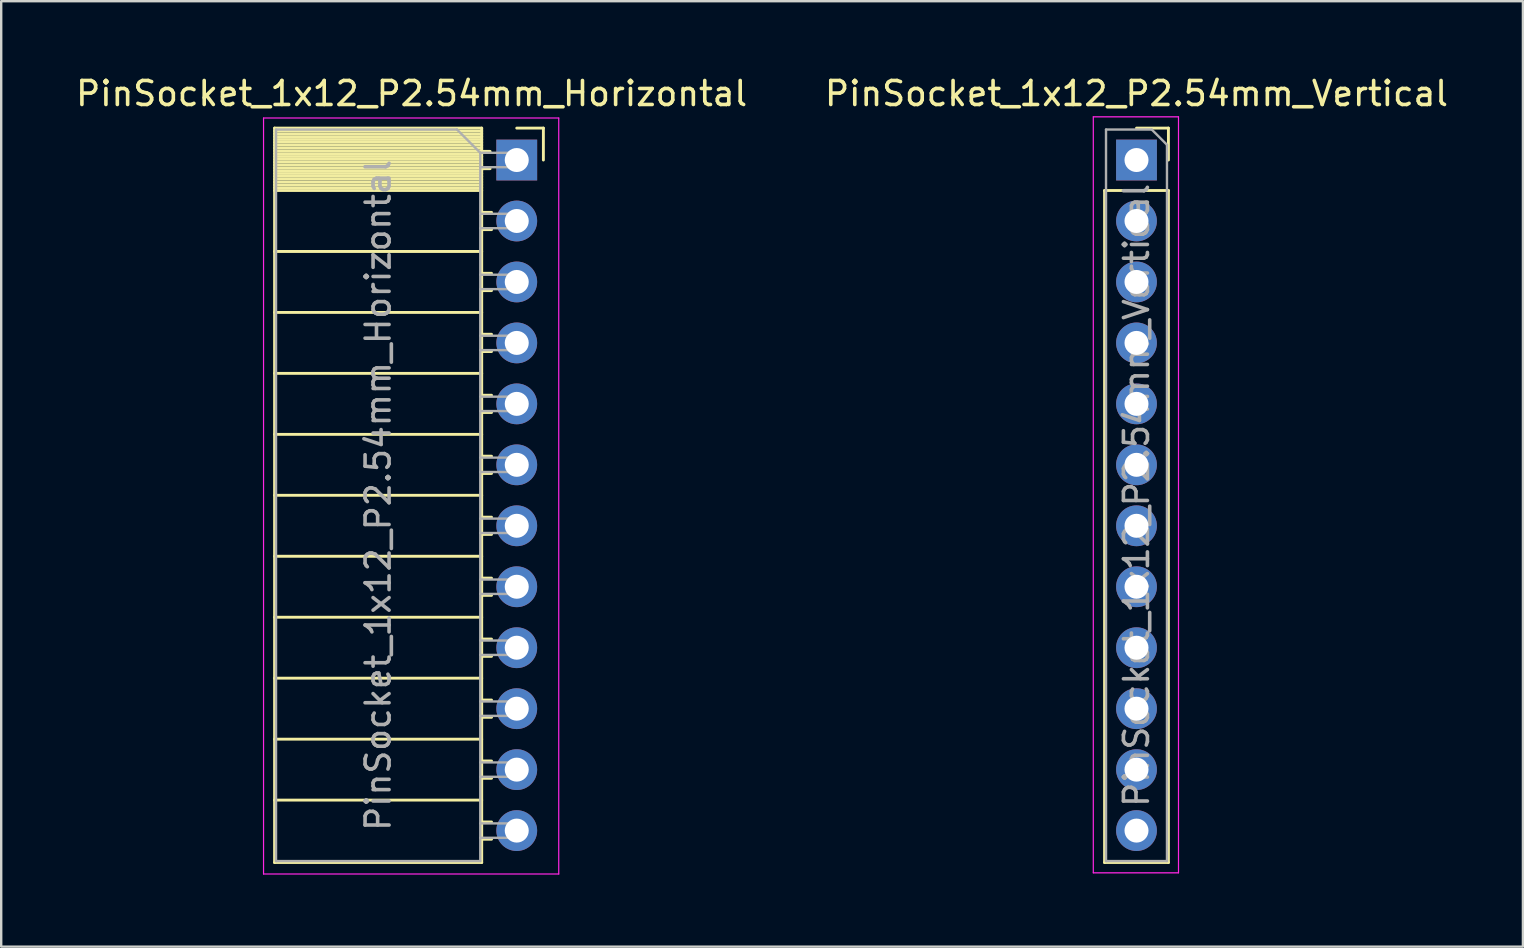
<source format=kicad_pcb>
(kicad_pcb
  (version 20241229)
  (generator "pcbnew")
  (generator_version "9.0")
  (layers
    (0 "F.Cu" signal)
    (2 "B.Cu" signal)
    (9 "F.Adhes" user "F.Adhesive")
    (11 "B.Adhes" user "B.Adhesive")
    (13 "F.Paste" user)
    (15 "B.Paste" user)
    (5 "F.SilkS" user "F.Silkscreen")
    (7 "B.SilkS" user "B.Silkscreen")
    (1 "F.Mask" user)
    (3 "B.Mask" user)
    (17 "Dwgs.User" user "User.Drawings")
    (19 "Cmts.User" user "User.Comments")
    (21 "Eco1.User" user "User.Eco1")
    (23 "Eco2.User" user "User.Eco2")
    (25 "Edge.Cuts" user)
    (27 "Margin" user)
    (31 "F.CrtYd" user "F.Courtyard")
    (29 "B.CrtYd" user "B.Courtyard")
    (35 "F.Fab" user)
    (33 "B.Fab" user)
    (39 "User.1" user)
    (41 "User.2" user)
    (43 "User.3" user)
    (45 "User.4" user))
  (footprint "PinSocket_1x12_P2.54mm_Vertical"
    (layer "F.Cu")
    (at 44.304 3.618)
    (property "Reference" "PinSocket_1x12_P2.54mm_Vertical" (at 0 -2.77 0) (layer "F.SilkS") (effects (font (size 1 1) (thickness 0.15))))
    (attr through_hole)
    (fp_line (start -1.33 1.27) (end -1.33 29.27) (stroke (width 0.12) (type solid)) (layer "F.SilkS"))
    (fp_line (start -1.33 1.27) (end 1.33 1.27) (stroke (width 0.12) (type solid)) (layer "F.SilkS"))
    (fp_line (start -1.33 29.27) (end 1.33 29.27) (stroke (width 0.12) (type solid)) (layer "F.SilkS"))
    (fp_line (start 0 -1.33) (end 1.33 -1.33) (stroke (width 0.12) (type solid)) (layer "F.SilkS"))
    (fp_line (start 1.33 -1.33) (end 1.33 0) (stroke (width 0.12) (type solid)) (layer "F.SilkS"))
    (fp_line (start 1.33 1.27) (end 1.33 29.27) (stroke (width 0.12) (type solid)) (layer "F.SilkS"))
    (fp_line (start -1.8 -1.8) (end 1.75 -1.8) (stroke (width 0.05) (type solid)) (layer "F.CrtYd"))
    (fp_line (start -1.8 29.7) (end -1.8 -1.8) (stroke (width 0.05) (type solid)) (layer "F.CrtYd"))
    (fp_line (start 1.75 -1.8) (end 1.75 29.7) (stroke (width 0.05) (type solid)) (layer "F.CrtYd"))
    (fp_line (start 1.75 29.7) (end -1.8 29.7) (stroke (width 0.05) (type solid)) (layer "F.CrtYd"))
    (fp_line (start -1.27 -1.27) (end 0.635 -1.27) (stroke (width 0.1) (type solid)) (layer "F.Fab"))
    (fp_line (start -1.27 29.21) (end -1.27 -1.27) (stroke (width 0.1) (type solid)) (layer "F.Fab"))
    (fp_line (start 0.635 -1.27) (end 1.27 -0.635) (stroke (width 0.1) (type solid)) (layer "F.Fab"))
    (fp_line (start 1.27 -0.635) (end 1.27 29.21) (stroke (width 0.1) (type solid)) (layer "F.Fab"))
    (fp_line (start 1.27 29.21) (end -1.27 29.21) (stroke (width 0.1) (type solid)) (layer "F.Fab"))
    (fp_text user "${REFERENCE}" (at 0 13.97 90) (layer "F.Fab") (effects (font (size 1 1) (thickness 0.15))))
    (pad "1" thru_hole rect (at 0 0) (size 1.7 1.7) (drill 1) (layers "*.Cu" "*.Mask"))
    (pad "2" thru_hole oval (at 0 2.54) (size 1.7 1.7) (drill 1) (layers "*.Cu" "*.Mask"))
    (pad "3" thru_hole oval (at 0 5.08) (size 1.7 1.7) (drill 1) (layers "*.Cu" "*.Mask"))
    (pad "4" thru_hole oval (at 0 7.62) (size 1.7 1.7) (drill 1) (layers "*.Cu" "*.Mask"))
    (pad "5" thru_hole oval (at 0 10.16) (size 1.7 1.7) (drill 1) (layers "*.Cu" "*.Mask"))
    (pad "6" thru_hole oval (at 0 12.7) (size 1.7 1.7) (drill 1) (layers "*.Cu" "*.Mask"))
    (pad "7" thru_hole oval (at 0 15.24) (size 1.7 1.7) (drill 1) (layers "*.Cu" "*.Mask"))
    (pad "8" thru_hole oval (at 0 17.78) (size 1.7 1.7) (drill 1) (layers "*.Cu" "*.Mask"))
    (pad "9" thru_hole oval (at 0 20.32) (size 1.7 1.7) (drill 1) (layers "*.Cu" "*.Mask"))
    (pad "10" thru_hole oval (at 0 22.86) (size 1.7 1.7) (drill 1) (layers "*.Cu" "*.Mask"))
    (pad "11" thru_hole oval (at 0 25.4) (size 1.7 1.7) (drill 1) (layers "*.Cu" "*.Mask"))
    (pad "12" thru_hole oval (at 0 27.94) (size 1.7 1.7) (drill 1) (layers "*.Cu" "*.Mask")))
  (footprint "PinSocket_1x12_P2.54mm_Horizontal"
    (layer "F.Cu")
    (at 18.481 3.618)
    (property "Reference" "PinSocket_1x12_P2.54mm_Horizontal" (at -4.38 -2.77 0) (layer "F.SilkS") (effects (font (size 1 1) (thickness 0.15))))
    (attr through_hole)
    (fp_line (start -10.09 -1.33) (end -10.09 29.27) (stroke (width 0.12) (type solid)) (layer "F.SilkS"))
    (fp_line (start -10.09 -1.33) (end -1.46 -1.33) (stroke (width 0.12) (type solid)) (layer "F.SilkS"))
    (fp_line (start -10.09 -1.21) (end -1.46 -1.21) (stroke (width 0.12) (type solid)) (layer "F.SilkS"))
    (fp_line (start -10.09 -1.092) (end -1.46 -1.092) (stroke (width 0.12) (type solid)) (layer "F.SilkS"))
    (fp_line (start -10.09 -0.974) (end -1.46 -0.974) (stroke (width 0.12) (type solid)) (layer "F.SilkS"))
    (fp_line (start -10.09 -0.856) (end -1.46 -0.856) (stroke (width 0.12) (type solid)) (layer "F.SilkS"))
    (fp_line (start -10.09 -0.738) (end -1.46 -0.738) (stroke (width 0.12) (type solid)) (layer "F.SilkS"))
    (fp_line (start -10.09 -0.62) (end -1.46 -0.62) (stroke (width 0.12) (type solid)) (layer "F.SilkS"))
    (fp_line (start -10.09 -0.501) (end -1.46 -0.501) (stroke (width 0.12) (type solid)) (layer "F.SilkS"))
    (fp_line (start -10.09 -0.383) (end -1.46 -0.383) (stroke (width 0.12) (type solid)) (layer "F.SilkS"))
    (fp_line (start -10.09 -0.265) (end -1.46 -0.265) (stroke (width 0.12) (type solid)) (layer "F.SilkS"))
    (fp_line (start -10.09 -0.147) (end -1.46 -0.147) (stroke (width 0.12) (type solid)) (layer "F.SilkS"))
    (fp_line (start -10.09 -0.029) (end -1.46 -0.029) (stroke (width 0.12) (type solid)) (layer "F.SilkS"))
    (fp_line (start -10.09 0.089) (end -1.46 0.089) (stroke (width 0.12) (type solid)) (layer "F.SilkS"))
    (fp_line (start -10.09 0.207) (end -1.46 0.207) (stroke (width 0.12) (type solid)) (layer "F.SilkS"))
    (fp_line (start -10.09 0.325) (end -1.46 0.325) (stroke (width 0.12) (type solid)) (layer "F.SilkS"))
    (fp_line (start -10.09 0.443) (end -1.46 0.443) (stroke (width 0.12) (type solid)) (layer "F.SilkS"))
    (fp_line (start -10.09 0.561) (end -1.46 0.561) (stroke (width 0.12) (type solid)) (layer "F.SilkS"))
    (fp_line (start -10.09 0.68) (end -1.46 0.68) (stroke (width 0.12) (type solid)) (layer "F.SilkS"))
    (fp_line (start -10.09 0.798) (end -1.46 0.798) (stroke (width 0.12) (type solid)) (layer "F.SilkS"))
    (fp_line (start -10.09 0.916) (end -1.46 0.916) (stroke (width 0.12) (type solid)) (layer "F.SilkS"))
    (fp_line (start -10.09 1.034) (end -1.46 1.034) (stroke (width 0.12) (type solid)) (layer "F.SilkS"))
    (fp_line (start -10.09 1.152) (end -1.46 1.152) (stroke (width 0.12) (type solid)) (layer "F.SilkS"))
    (fp_line (start -10.09 1.27) (end -1.46 1.27) (stroke (width 0.12) (type solid)) (layer "F.SilkS"))
    (fp_line (start -10.09 3.81) (end -1.46 3.81) (stroke (width 0.12) (type solid)) (layer "F.SilkS"))
    (fp_line (start -10.09 6.35) (end -1.46 6.35) (stroke (width 0.12) (type solid)) (layer "F.SilkS"))
    (fp_line (start -10.09 8.89) (end -1.46 8.89) (stroke (width 0.12) (type solid)) (layer "F.SilkS"))
    (fp_line (start -10.09 11.43) (end -1.46 11.43) (stroke (width 0.12) (type solid)) (layer "F.SilkS"))
    (fp_line (start -10.09 13.97) (end -1.46 13.97) (stroke (width 0.12) (type solid)) (layer "F.SilkS"))
    (fp_line (start -10.09 16.51) (end -1.46 16.51) (stroke (width 0.12) (type solid)) (layer "F.SilkS"))
    (fp_line (start -10.09 19.05) (end -1.46 19.05) (stroke (width 0.12) (type solid)) (layer "F.SilkS"))
    (fp_line (start -10.09 21.59) (end -1.46 21.59) (stroke (width 0.12) (type solid)) (layer "F.SilkS"))
    (fp_line (start -10.09 24.13) (end -1.46 24.13) (stroke (width 0.12) (type solid)) (layer "F.SilkS"))
    (fp_line (start -10.09 26.67) (end -1.46 26.67) (stroke (width 0.12) (type solid)) (layer "F.SilkS"))
    (fp_line (start -10.09 29.27) (end -1.46 29.27) (stroke (width 0.12) (type solid)) (layer "F.SilkS"))
    (fp_line (start -1.46 -1.33) (end -1.46 29.27) (stroke (width 0.12) (type solid)) (layer "F.SilkS"))
    (fp_line (start -1.46 -0.36) (end -1.11 -0.36) (stroke (width 0.12) (type solid)) (layer "F.SilkS"))
    (fp_line (start -1.46 0.36) (end -1.11 0.36) (stroke (width 0.12) (type solid)) (layer "F.SilkS"))
    (fp_line (start -1.46 2.18) (end -1.05 2.18) (stroke (width 0.12) (type solid)) (layer "F.SilkS"))
    (fp_line (start -1.46 2.9) (end -1.05 2.9) (stroke (width 0.12) (type solid)) (layer "F.SilkS"))
    (fp_line (start -1.46 4.72) (end -1.05 4.72) (stroke (width 0.12) (type solid)) (layer "F.SilkS"))
    (fp_line (start -1.46 5.44) (end -1.05 5.44) (stroke (width 0.12) (type solid)) (layer "F.SilkS"))
    (fp_line (start -1.46 7.26) (end -1.05 7.26) (stroke (width 0.12) (type solid)) (layer "F.SilkS"))
    (fp_line (start -1.46 7.98) (end -1.05 7.98) (stroke (width 0.12) (type solid)) (layer "F.SilkS"))
    (fp_line (start -1.46 9.8) (end -1.05 9.8) (stroke (width 0.12) (type solid)) (layer "F.SilkS"))
    (fp_line (start -1.46 10.52) (end -1.05 10.52) (stroke (width 0.12) (type solid)) (layer "F.SilkS"))
    (fp_line (start -1.46 12.34) (end -1.05 12.34) (stroke (width 0.12) (type solid)) (layer "F.SilkS"))
    (fp_line (start -1.46 13.06) (end -1.05 13.06) (stroke (width 0.12) (type solid)) (layer "F.SilkS"))
    (fp_line (start -1.46 14.88) (end -1.05 14.88) (stroke (width 0.12) (type solid)) (layer "F.SilkS"))
    (fp_line (start -1.46 15.6) (end -1.05 15.6) (stroke (width 0.12) (type solid)) (layer "F.SilkS"))
    (fp_line (start -1.46 17.42) (end -1.05 17.42) (stroke (width 0.12) (type solid)) (layer "F.SilkS"))
    (fp_line (start -1.46 18.14) (end -1.05 18.14) (stroke (width 0.12) (type solid)) (layer "F.SilkS"))
    (fp_line (start -1.46 19.96) (end -1.05 19.96) (stroke (width 0.12) (type solid)) (layer "F.SilkS"))
    (fp_line (start -1.46 20.68) (end -1.05 20.68) (stroke (width 0.12) (type solid)) (layer "F.SilkS"))
    (fp_line (start -1.46 22.5) (end -1.05 22.5) (stroke (width 0.12) (type solid)) (layer "F.SilkS"))
    (fp_line (start -1.46 23.22) (end -1.05 23.22) (stroke (width 0.12) (type solid)) (layer "F.SilkS"))
    (fp_line (start -1.46 25.04) (end -1.05 25.04) (stroke (width 0.12) (type solid)) (layer "F.SilkS"))
    (fp_line (start -1.46 25.76) (end -1.05 25.76) (stroke (width 0.12) (type solid)) (layer "F.SilkS"))
    (fp_line (start -1.46 27.58) (end -1.05 27.58) (stroke (width 0.12) (type solid)) (layer "F.SilkS"))
    (fp_line (start -1.46 28.3) (end -1.05 28.3) (stroke (width 0.12) (type solid)) (layer "F.SilkS"))
    (fp_line (start 0 -1.33) (end 1.11 -1.33) (stroke (width 0.12) (type solid)) (layer "F.SilkS"))
    (fp_line (start 1.11 -1.33) (end 1.11 0) (stroke (width 0.12) (type solid)) (layer "F.SilkS"))
    (fp_line (start -10.55 -1.75) (end -10.55 29.75) (stroke (width 0.05) (type solid)) (layer "F.CrtYd"))
    (fp_line (start -10.55 29.75) (end 1.75 29.75) (stroke (width 0.05) (type solid)) (layer "F.CrtYd"))
    (fp_line (start 1.75 -1.75) (end -10.55 -1.75) (stroke (width 0.05) (type solid)) (layer "F.CrtYd"))
    (fp_line (start 1.75 29.75) (end 1.75 -1.75) (stroke (width 0.05) (type solid)) (layer "F.CrtYd"))
    (fp_line (start -10.03 -1.27) (end -2.49 -1.27) (stroke (width 0.1) (type solid)) (layer "F.Fab"))
    (fp_line (start -10.03 29.21) (end -10.03 -1.27) (stroke (width 0.1) (type solid)) (layer "F.Fab"))
    (fp_line (start -2.49 -1.27) (end -1.52 -0.3) (stroke (width 0.1) (type solid)) (layer "F.Fab"))
    (fp_line (start -1.52 -0.3) (end -1.52 29.21) (stroke (width 0.1) (type solid)) (layer "F.Fab"))
    (fp_line (start -1.52 0.3) (end 0 0.3) (stroke (width 0.1) (type solid)) (layer "F.Fab"))
    (fp_line (start -1.52 2.84) (end 0 2.84) (stroke (width 0.1) (type solid)) (layer "F.Fab"))
    (fp_line (start -1.52 5.38) (end 0 5.38) (stroke (width 0.1) (type solid)) (layer "F.Fab"))
    (fp_line (start -1.52 7.92) (end 0 7.92) (stroke (width 0.1) (type solid)) (layer "F.Fab"))
    (fp_line (start -1.52 10.46) (end 0 10.46) (stroke (width 0.1) (type solid)) (layer "F.Fab"))
    (fp_line (start -1.52 13) (end 0 13) (stroke (width 0.1) (type solid)) (layer "F.Fab"))
    (fp_line (start -1.52 15.54) (end 0 15.54) (stroke (width 0.1) (type solid)) (layer "F.Fab"))
    (fp_line (start -1.52 18.08) (end 0 18.08) (stroke (width 0.1) (type solid)) (layer "F.Fab"))
    (fp_line (start -1.52 20.62) (end 0 20.62) (stroke (width 0.1) (type solid)) (layer "F.Fab"))
    (fp_line (start -1.52 23.16) (end 0 23.16) (stroke (width 0.1) (type solid)) (layer "F.Fab"))
    (fp_line (start -1.52 25.7) (end 0 25.7) (stroke (width 0.1) (type solid)) (layer "F.Fab"))
    (fp_line (start -1.52 28.24) (end 0 28.24) (stroke (width 0.1) (type solid)) (layer "F.Fab"))
    (fp_line (start -1.52 29.21) (end -10.03 29.21) (stroke (width 0.1) (type solid)) (layer "F.Fab"))
    (fp_line (start 0 -0.3) (end -1.52 -0.3) (stroke (width 0.1) (type solid)) (layer "F.Fab"))
    (fp_line (start 0 0.3) (end 0 -0.3) (stroke (width 0.1) (type solid)) (layer "F.Fab"))
    (fp_line (start 0 2.24) (end -1.52 2.24) (stroke (width 0.1) (type solid)) (layer "F.Fab"))
    (fp_line (start 0 2.84) (end 0 2.24) (stroke (width 0.1) (type solid)) (layer "F.Fab"))
    (fp_line (start 0 4.78) (end -1.52 4.78) (stroke (width 0.1) (type solid)) (layer "F.Fab"))
    (fp_line (start 0 5.38) (end 0 4.78) (stroke (width 0.1) (type solid)) (layer "F.Fab"))
    (fp_line (start 0 7.32) (end -1.52 7.32) (stroke (width 0.1) (type solid)) (layer "F.Fab"))
    (fp_line (start 0 7.92) (end 0 7.32) (stroke (width 0.1) (type solid)) (layer "F.Fab"))
    (fp_line (start 0 9.86) (end -1.52 9.86) (stroke (width 0.1) (type solid)) (layer "F.Fab"))
    (fp_line (start 0 10.46) (end 0 9.86) (stroke (width 0.1) (type solid)) (layer "F.Fab"))
    (fp_line (start 0 12.4) (end -1.52 12.4) (stroke (width 0.1) (type solid)) (layer "F.Fab"))
    (fp_line (start 0 13) (end 0 12.4) (stroke (width 0.1) (type solid)) (layer "F.Fab"))
    (fp_line (start 0 14.94) (end -1.52 14.94) (stroke (width 0.1) (type solid)) (layer "F.Fab"))
    (fp_line (start 0 15.54) (end 0 14.94) (stroke (width 0.1) (type solid)) (layer "F.Fab"))
    (fp_line (start 0 17.48) (end -1.52 17.48) (stroke (width 0.1) (type solid)) (layer "F.Fab"))
    (fp_line (start 0 18.08) (end 0 17.48) (stroke (width 0.1) (type solid)) (layer "F.Fab"))
    (fp_line (start 0 20.02) (end -1.52 20.02) (stroke (width 0.1) (type solid)) (layer "F.Fab"))
    (fp_line (start 0 20.62) (end 0 20.02) (stroke (width 0.1) (type solid)) (layer "F.Fab"))
    (fp_line (start 0 22.56) (end -1.52 22.56) (stroke (width 0.1) (type solid)) (layer "F.Fab"))
    (fp_line (start 0 23.16) (end 0 22.56) (stroke (width 0.1) (type solid)) (layer "F.Fab"))
    (fp_line (start 0 25.1) (end -1.52 25.1) (stroke (width 0.1) (type solid)) (layer "F.Fab"))
    (fp_line (start 0 25.7) (end 0 25.1) (stroke (width 0.1) (type solid)) (layer "F.Fab"))
    (fp_line (start 0 27.64) (end -1.52 27.64) (stroke (width 0.1) (type solid)) (layer "F.Fab"))
    (fp_line (start 0 28.24) (end 0 27.64) (stroke (width 0.1) (type solid)) (layer "F.Fab"))
    (fp_text user "${REFERENCE}" (at -5.775 13.97 90) (layer "F.Fab") (effects (font (size 1 1) (thickness 0.15))))
    (pad "1" thru_hole rect (at 0 0) (size 1.7 1.7) (drill 1) (layers "*.Cu" "*.Mask"))
    (pad "2" thru_hole oval (at 0 2.54) (size 1.7 1.7) (drill 1) (layers "*.Cu" "*.Mask"))
    (pad "3" thru_hole oval (at 0 5.08) (size 1.7 1.7) (drill 1) (layers "*.Cu" "*.Mask"))
    (pad "4" thru_hole oval (at 0 7.62) (size 1.7 1.7) (drill 1) (layers "*.Cu" "*.Mask"))
    (pad "5" thru_hole oval (at 0 10.16) (size 1.7 1.7) (drill 1) (layers "*.Cu" "*.Mask"))
    (pad "6" thru_hole oval (at 0 12.7) (size 1.7 1.7) (drill 1) (layers "*.Cu" "*.Mask"))
    (pad "7" thru_hole oval (at 0 15.24) (size 1.7 1.7) (drill 1) (layers "*.Cu" "*.Mask"))
    (pad "8" thru_hole oval (at 0 17.78) (size 1.7 1.7) (drill 1) (layers "*.Cu" "*.Mask"))
    (pad "9" thru_hole oval (at 0 20.32) (size 1.7 1.7) (drill 1) (layers "*.Cu" "*.Mask"))
    (pad "10" thru_hole oval (at 0 22.86) (size 1.7 1.7) (drill 1) (layers "*.Cu" "*.Mask"))
    (pad "11" thru_hole oval (at 0 25.4) (size 1.7 1.7) (drill 1) (layers "*.Cu" "*.Mask"))
    (pad "12" thru_hole oval (at 0 27.94) (size 1.7 1.7) (drill 1) (layers "*.Cu" "*.Mask")))
  (gr_rect
    (start -3 -3)
    (end 60.405 36.393)
    (stroke (width 0.1) (type default))
    (fill no)
    (layer "Edge.Cuts")))
</source>
